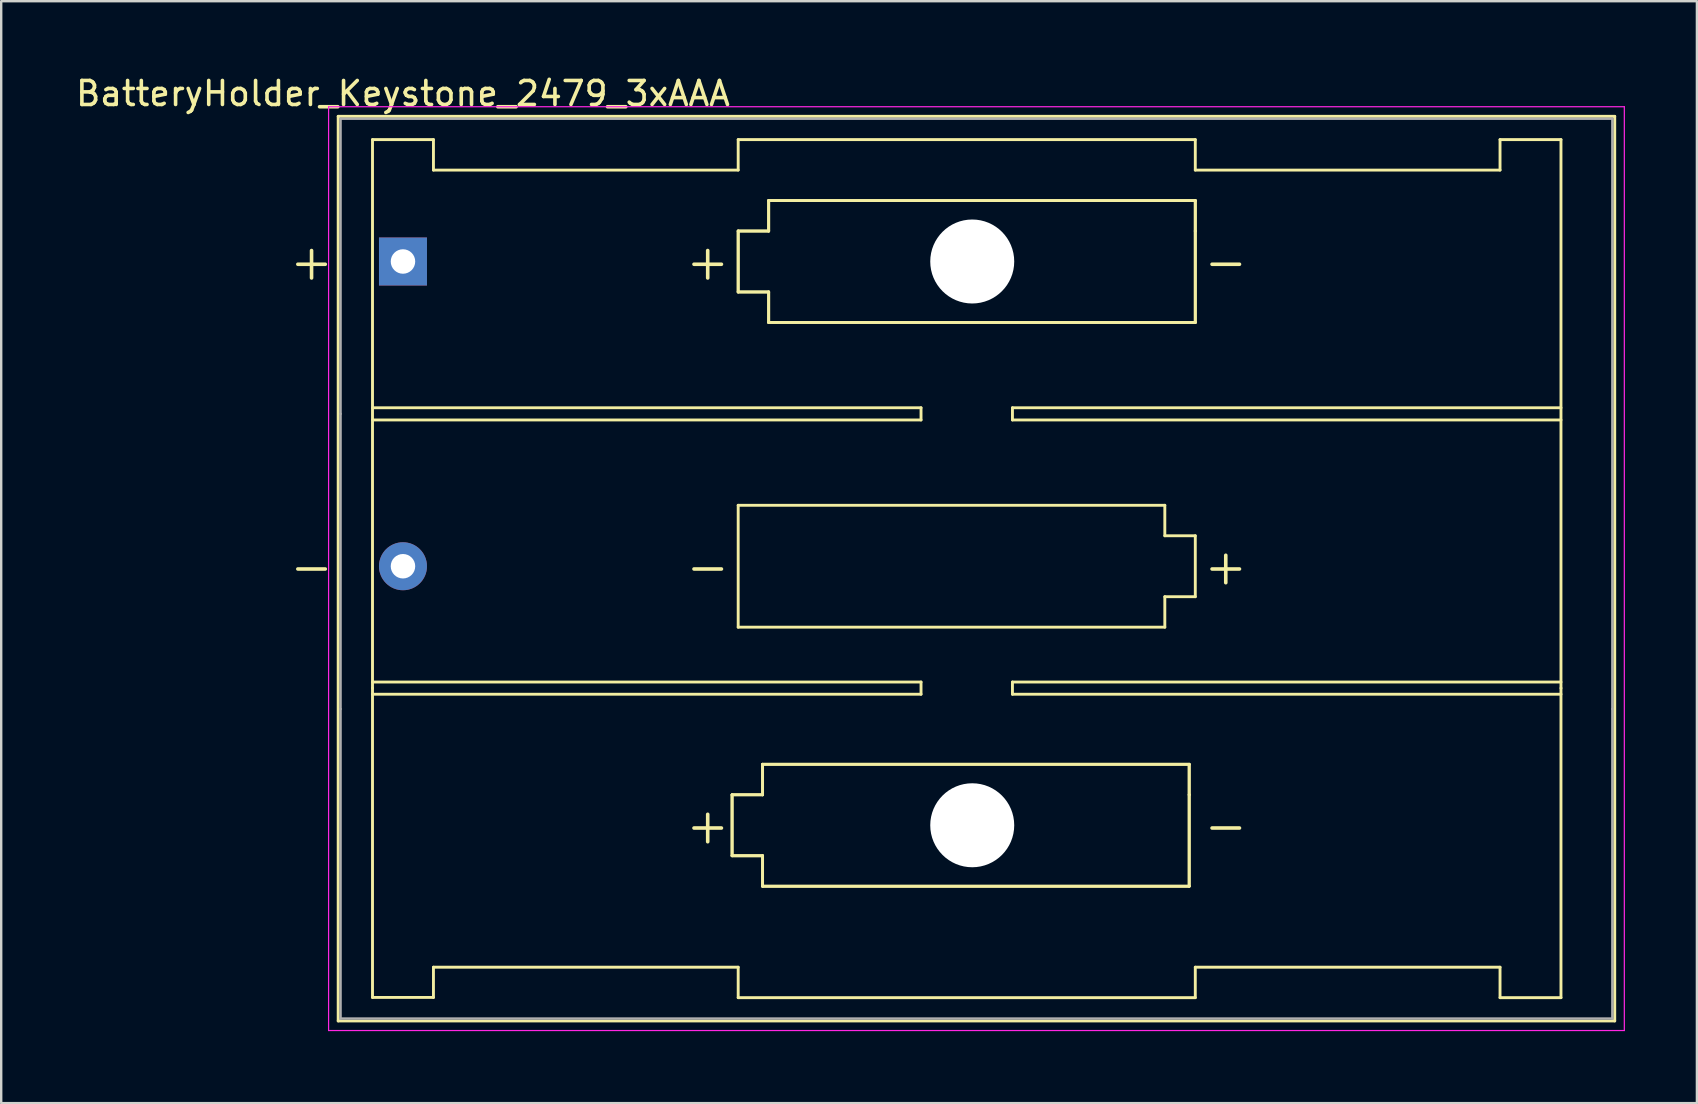
<source format=kicad_pcb>
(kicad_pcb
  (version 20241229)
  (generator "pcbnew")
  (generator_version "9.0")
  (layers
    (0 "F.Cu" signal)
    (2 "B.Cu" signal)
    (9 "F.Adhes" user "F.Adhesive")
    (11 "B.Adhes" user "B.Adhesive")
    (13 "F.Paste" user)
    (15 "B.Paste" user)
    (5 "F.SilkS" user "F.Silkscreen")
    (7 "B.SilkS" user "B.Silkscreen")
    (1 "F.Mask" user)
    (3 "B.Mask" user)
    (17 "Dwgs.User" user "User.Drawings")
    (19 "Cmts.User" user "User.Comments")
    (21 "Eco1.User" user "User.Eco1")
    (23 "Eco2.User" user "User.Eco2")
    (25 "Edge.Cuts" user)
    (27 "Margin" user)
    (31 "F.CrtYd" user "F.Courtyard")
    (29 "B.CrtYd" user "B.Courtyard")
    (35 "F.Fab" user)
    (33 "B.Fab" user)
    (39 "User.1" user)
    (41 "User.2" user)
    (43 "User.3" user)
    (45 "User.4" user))
  (footprint "BatteryHolder_Keystone_2479_3xAAA"
    (layer "F.Cu")
    (at 13.744 7.848)
    (property "Reference" "BatteryHolder_Keystone_2479_3xAAA" (at 0 -7 180) (layer "F.SilkS") (effects (font (size 1 1) (thickness 0.15))))
    (attr through_hole)
    (fp_line (start -2.7 -6.05) (end -2.7 31.65) (stroke (width 0.12) (type solid)) (layer "F.SilkS"))
    (fp_line (start -2.7 31.65) (end 50.5 31.65) (stroke (width 0.12) (type solid)) (layer "F.SilkS"))
    (fp_line (start -1.27 -5.08) (end -1.27 17.78) (stroke (width 0.12) (type solid)) (layer "F.SilkS"))
    (fp_line (start -1.27 6.096) (end 21.59 6.096) (stroke (width 0.12) (type solid)) (layer "F.SilkS"))
    (fp_line (start -1.27 17.526) (end 21.59 17.526) (stroke (width 0.12) (type solid)) (layer "F.SilkS"))
    (fp_line (start -1.27 17.78) (end -1.27 30.671) (stroke (width 0.12) (type solid)) (layer "F.SilkS"))
    (fp_line (start -1.27 30.671) (end 1.27 30.671) (stroke (width 0.12) (type solid)) (layer "F.SilkS"))
    (fp_line (start 1.27 -5.08) (end -1.27 -5.08) (stroke (width 0.12) (type solid)) (layer "F.SilkS"))
    (fp_line (start 1.27 -3.81) (end 1.27 -5.08) (stroke (width 0.12) (type solid)) (layer "F.SilkS"))
    (fp_line (start 1.27 -3.81) (end 13.97 -3.81) (stroke (width 0.12) (type solid)) (layer "F.SilkS"))
    (fp_line (start 1.27 29.41) (end 13.97 29.41) (stroke (width 0.12) (type solid)) (layer "F.SilkS"))
    (fp_line (start 1.27 30.671) (end 1.27 29.41) (stroke (width 0.12) (type solid)) (layer "F.SilkS"))
    (fp_line (start 13.716 22.225) (end 14.986 22.225) (stroke (width 0.12) (type solid)) (layer "F.SilkS"))
    (fp_line (start 13.716 22.225) (end 14.986 22.225) (stroke (width 0.12) (type solid)) (layer "F.SilkS"))
    (fp_line (start 13.716 24.765) (end 13.716 22.225) (stroke (width 0.12) (type solid)) (layer "F.SilkS"))
    (fp_line (start 13.716 24.765) (end 13.716 22.225) (stroke (width 0.12) (type solid)) (layer "F.SilkS"))
    (fp_line (start 13.97 -5.08) (end 13.97 -3.81) (stroke (width 0.12) (type solid)) (layer "F.SilkS"))
    (fp_line (start 13.97 -1.27) (end 15.24 -1.27) (stroke (width 0.12) (type solid)) (layer "F.SilkS"))
    (fp_line (start 13.97 -1.27) (end 15.24 -1.27) (stroke (width 0.12) (type solid)) (layer "F.SilkS"))
    (fp_line (start 13.97 1.27) (end 13.97 -1.27) (stroke (width 0.12) (type solid)) (layer "F.SilkS"))
    (fp_line (start 13.97 1.27) (end 13.97 -1.27) (stroke (width 0.12) (type solid)) (layer "F.SilkS"))
    (fp_line (start 13.97 10.16) (end 31.75 10.16) (stroke (width 0.12) (type solid)) (layer "F.SilkS"))
    (fp_line (start 13.97 15.24) (end 13.97 10.16) (stroke (width 0.12) (type solid)) (layer "F.SilkS"))
    (fp_line (start 13.97 29.41) (end 13.97 30.68) (stroke (width 0.12) (type solid)) (layer "F.SilkS"))
    (fp_line (start 13.97 30.68) (end 33.02 30.68) (stroke (width 0.12) (type solid)) (layer "F.SilkS"))
    (fp_line (start 14.986 20.955) (end 32.766 20.955) (stroke (width 0.12) (type solid)) (layer "F.SilkS"))
    (fp_line (start 14.986 20.955) (end 32.766 20.955) (stroke (width 0.12) (type solid)) (layer "F.SilkS"))
    (fp_line (start 14.986 22.225) (end 14.986 20.955) (stroke (width 0.12) (type solid)) (layer "F.SilkS"))
    (fp_line (start 14.986 22.225) (end 14.986 20.955) (stroke (width 0.12) (type solid)) (layer "F.SilkS"))
    (fp_line (start 14.986 24.765) (end 13.716 24.765) (stroke (width 0.12) (type solid)) (layer "F.SilkS"))
    (fp_line (start 14.986 24.765) (end 13.716 24.765) (stroke (width 0.12) (type solid)) (layer "F.SilkS"))
    (fp_line (start 14.986 26.035) (end 14.986 24.765) (stroke (width 0.12) (type solid)) (layer "F.SilkS"))
    (fp_line (start 14.986 26.035) (end 14.986 24.765) (stroke (width 0.12) (type solid)) (layer "F.SilkS"))
    (fp_line (start 15.24 -2.54) (end 33.02 -2.54) (stroke (width 0.12) (type solid)) (layer "F.SilkS"))
    (fp_line (start 15.24 -2.54) (end 33.02 -2.54) (stroke (width 0.12) (type solid)) (layer "F.SilkS"))
    (fp_line (start 15.24 -1.27) (end 15.24 -2.54) (stroke (width 0.12) (type solid)) (layer "F.SilkS"))
    (fp_line (start 15.24 -1.27) (end 15.24 -2.54) (stroke (width 0.12) (type solid)) (layer "F.SilkS"))
    (fp_line (start 15.24 1.27) (end 13.97 1.27) (stroke (width 0.12) (type solid)) (layer "F.SilkS"))
    (fp_line (start 15.24 1.27) (end 13.97 1.27) (stroke (width 0.12) (type solid)) (layer "F.SilkS"))
    (fp_line (start 15.24 2.54) (end 15.24 1.27) (stroke (width 0.12) (type solid)) (layer "F.SilkS"))
    (fp_line (start 15.24 2.54) (end 15.24 1.27) (stroke (width 0.12) (type solid)) (layer "F.SilkS"))
    (fp_line (start 21.59 6.096) (end 21.59 6.604) (stroke (width 0.12) (type solid)) (layer "F.SilkS"))
    (fp_line (start 21.59 6.604) (end -1.27 6.604) (stroke (width 0.12) (type solid)) (layer "F.SilkS"))
    (fp_line (start 21.59 17.526) (end 21.59 18.034) (stroke (width 0.12) (type solid)) (layer "F.SilkS"))
    (fp_line (start 21.59 18.034) (end -1.27 18.034) (stroke (width 0.12) (type solid)) (layer "F.SilkS"))
    (fp_line (start 25.4 6.096) (end 25.4 6.604) (stroke (width 0.12) (type solid)) (layer "F.SilkS"))
    (fp_line (start 25.4 6.604) (end 48.26 6.604) (stroke (width 0.12) (type solid)) (layer "F.SilkS"))
    (fp_line (start 25.4 17.526) (end 25.4 18.034) (stroke (width 0.12) (type solid)) (layer "F.SilkS"))
    (fp_line (start 25.4 18.034) (end 48.26 18.034) (stroke (width 0.12) (type solid)) (layer "F.SilkS"))
    (fp_line (start 31.75 10.16) (end 31.75 11.43) (stroke (width 0.12) (type solid)) (layer "F.SilkS"))
    (fp_line (start 31.75 11.43) (end 33.02 11.43) (stroke (width 0.12) (type solid)) (layer "F.SilkS"))
    (fp_line (start 31.75 13.97) (end 31.75 15.24) (stroke (width 0.12) (type solid)) (layer "F.SilkS"))
    (fp_line (start 31.75 15.24) (end 13.97 15.24) (stroke (width 0.12) (type solid)) (layer "F.SilkS"))
    (fp_line (start 32.766 20.955) (end 32.766 22.225) (stroke (width 0.12) (type solid)) (layer "F.SilkS"))
    (fp_line (start 32.766 20.955) (end 32.766 22.225) (stroke (width 0.12) (type solid)) (layer "F.SilkS"))
    (fp_line (start 32.766 22.225) (end 32.766 26.035) (stroke (width 0.12) (type solid)) (layer "F.SilkS"))
    (fp_line (start 32.766 22.225) (end 32.766 26.035) (stroke (width 0.12) (type solid)) (layer "F.SilkS"))
    (fp_line (start 32.766 26.035) (end 14.986 26.035) (stroke (width 0.12) (type solid)) (layer "F.SilkS"))
    (fp_line (start 32.766 26.035) (end 14.986 26.035) (stroke (width 0.12) (type solid)) (layer "F.SilkS"))
    (fp_line (start 33.02 -5.08) (end 13.97 -5.08) (stroke (width 0.12) (type solid)) (layer "F.SilkS"))
    (fp_line (start 33.02 -3.81) (end 33.02 -5.08) (stroke (width 0.12) (type solid)) (layer "F.SilkS"))
    (fp_line (start 33.02 -2.54) (end 33.02 -1.27) (stroke (width 0.12) (type solid)) (layer "F.SilkS"))
    (fp_line (start 33.02 -2.54) (end 33.02 -1.27) (stroke (width 0.12) (type solid)) (layer "F.SilkS"))
    (fp_line (start 33.02 -1.27) (end 33.02 2.54) (stroke (width 0.12) (type solid)) (layer "F.SilkS"))
    (fp_line (start 33.02 -1.27) (end 33.02 2.54) (stroke (width 0.12) (type solid)) (layer "F.SilkS"))
    (fp_line (start 33.02 2.54) (end 15.24 2.54) (stroke (width 0.12) (type solid)) (layer "F.SilkS"))
    (fp_line (start 33.02 2.54) (end 15.24 2.54) (stroke (width 0.12) (type solid)) (layer "F.SilkS"))
    (fp_line (start 33.02 11.43) (end 33.02 13.97) (stroke (width 0.12) (type solid)) (layer "F.SilkS"))
    (fp_line (start 33.02 13.97) (end 31.75 13.97) (stroke (width 0.12) (type solid)) (layer "F.SilkS"))
    (fp_line (start 33.02 30.68) (end 33.02 29.41) (stroke (width 0.12) (type solid)) (layer "F.SilkS"))
    (fp_line (start 45.72 -5.08) (end 45.72 -3.81) (stroke (width 0.12) (type solid)) (layer "F.SilkS"))
    (fp_line (start 45.72 -3.81) (end 33.02 -3.81) (stroke (width 0.12) (type solid)) (layer "F.SilkS"))
    (fp_line (start 45.72 29.41) (end 33.02 29.41) (stroke (width 0.12) (type solid)) (layer "F.SilkS"))
    (fp_line (start 45.72 30.68) (end 45.72 29.41) (stroke (width 0.12) (type solid)) (layer "F.SilkS"))
    (fp_line (start 48.26 -5.08) (end 45.72 -5.08) (stroke (width 0.12) (type solid)) (layer "F.SilkS"))
    (fp_line (start 48.26 -5.08) (end 48.26 17.78) (stroke (width 0.12) (type solid)) (layer "F.SilkS"))
    (fp_line (start 48.26 6.096) (end 25.4 6.096) (stroke (width 0.12) (type solid)) (layer "F.SilkS"))
    (fp_line (start 48.26 17.526) (end 25.4 17.526) (stroke (width 0.12) (type solid)) (layer "F.SilkS"))
    (fp_line (start 48.26 17.78) (end 48.26 30.68) (stroke (width 0.12) (type solid)) (layer "F.SilkS"))
    (fp_line (start 48.26 30.68) (end 45.72 30.68) (stroke (width 0.12) (type solid)) (layer "F.SilkS"))
    (fp_line (start 50.5 -6.05) (end -2.7 -6.05) (stroke (width 0.12) (type solid)) (layer "F.SilkS"))
    (fp_line (start 50.5 31.65) (end 50.5 -6.05) (stroke (width 0.12) (type solid)) (layer "F.SilkS"))
    (fp_line (start -3.1 -6.45) (end 50.9 -6.45) (stroke (width 0.05) (type solid)) (layer "F.CrtYd"))
    (fp_line (start -3.1 32.05) (end -3.1 -6.45) (stroke (width 0.05) (type solid)) (layer "F.CrtYd"))
    (fp_line (start 50.9 -6.45) (end 50.9 32.05) (stroke (width 0.05) (type solid)) (layer "F.CrtYd"))
    (fp_line (start 50.9 32.05) (end -3.1 32.05) (stroke (width 0.05) (type solid)) (layer "F.CrtYd"))
    (fp_line (start -2.6 -5.95) (end 50.4 -5.95) (stroke (width 0.1) (type solid)) (layer "F.Fab"))
    (fp_line (start -2.6 6.35) (end -2.6 -5.95) (stroke (width 0.1) (type solid)) (layer "F.Fab"))
    (fp_line (start -2.6 18.65) (end -2.6 6.35) (stroke (width 0.1) (type solid)) (layer "F.Fab"))
    (fp_line (start -2.6 18.65) (end -2.6 31.55) (stroke (width 0.1) (type solid)) (layer "F.Fab"))
    (fp_line (start -2.6 31.55) (end 50.4 31.55) (stroke (width 0.1) (type solid)) (layer "F.Fab"))
    (fp_line (start 50.4 18.65) (end 50.4 -5.95) (stroke (width 0.1) (type solid)) (layer "F.Fab"))
    (fp_line (start 50.4 18.65) (end 50.4 31.55) (stroke (width 0.1) (type solid)) (layer "F.Fab"))
    (fp_text user "+" (at 12.7 23.495 0) (layer "F.SilkS") (effects (font (size 1.5 1.5) (thickness 0.15))))
    (fp_text user "-" (at 12.7 12.7 0) (layer "F.SilkS") (effects (font (size 1.5 1.5) (thickness 0.15))))
    (fp_text user "+" (at 34.29 12.7 0) (layer "F.SilkS") (effects (font (size 1.5 1.5) (thickness 0.15))))
    (fp_text user "-" (at 34.29 0 0) (layer "F.SilkS") (effects (font (size 1.5 1.5) (thickness 0.15))))
    (fp_text user "+" (at -3.81 0 0) (layer "F.SilkS") (effects (font (size 1.5 1.5) (thickness 0.15))))
    (fp_text user "-" (at 34.29 23.495 0) (layer "F.SilkS") (effects (font (size 1.5 1.5) (thickness 0.15))))
    (fp_text user "-" (at -3.81 12.7 0) (layer "F.SilkS") (effects (font (size 1.5 1.5) (thickness 0.15))))
    (fp_text user "+" (at 12.7 0 0) (layer "F.SilkS") (effects (font (size 1.5 1.5) (thickness 0.15))))
    (pad "" np_thru_hole circle (at 23.724 0) (size 3.5 3.5) (drill 3.5) (layers "*.Cu" "*.Mask"))
    (pad "" np_thru_hole circle (at 23.724 23.495) (size 3.5 3.5) (drill 3.5) (layers "*.Cu" "*.Mask"))
    (pad "1" thru_hole rect (at 0 0) (size 2 2) (drill 1.02) (layers "*.Cu" "*.Mask"))
    (pad "2" thru_hole circle (at 0 12.7) (size 2 2) (drill 1.02) (layers "*.Cu" "*.Mask")))
  (gr_rect
    (start -3 -3)
    (end 67.669 42.923)
    (stroke (width 0.1) (type default))
    (fill no)
    (layer "Edge.Cuts")))
</source>
